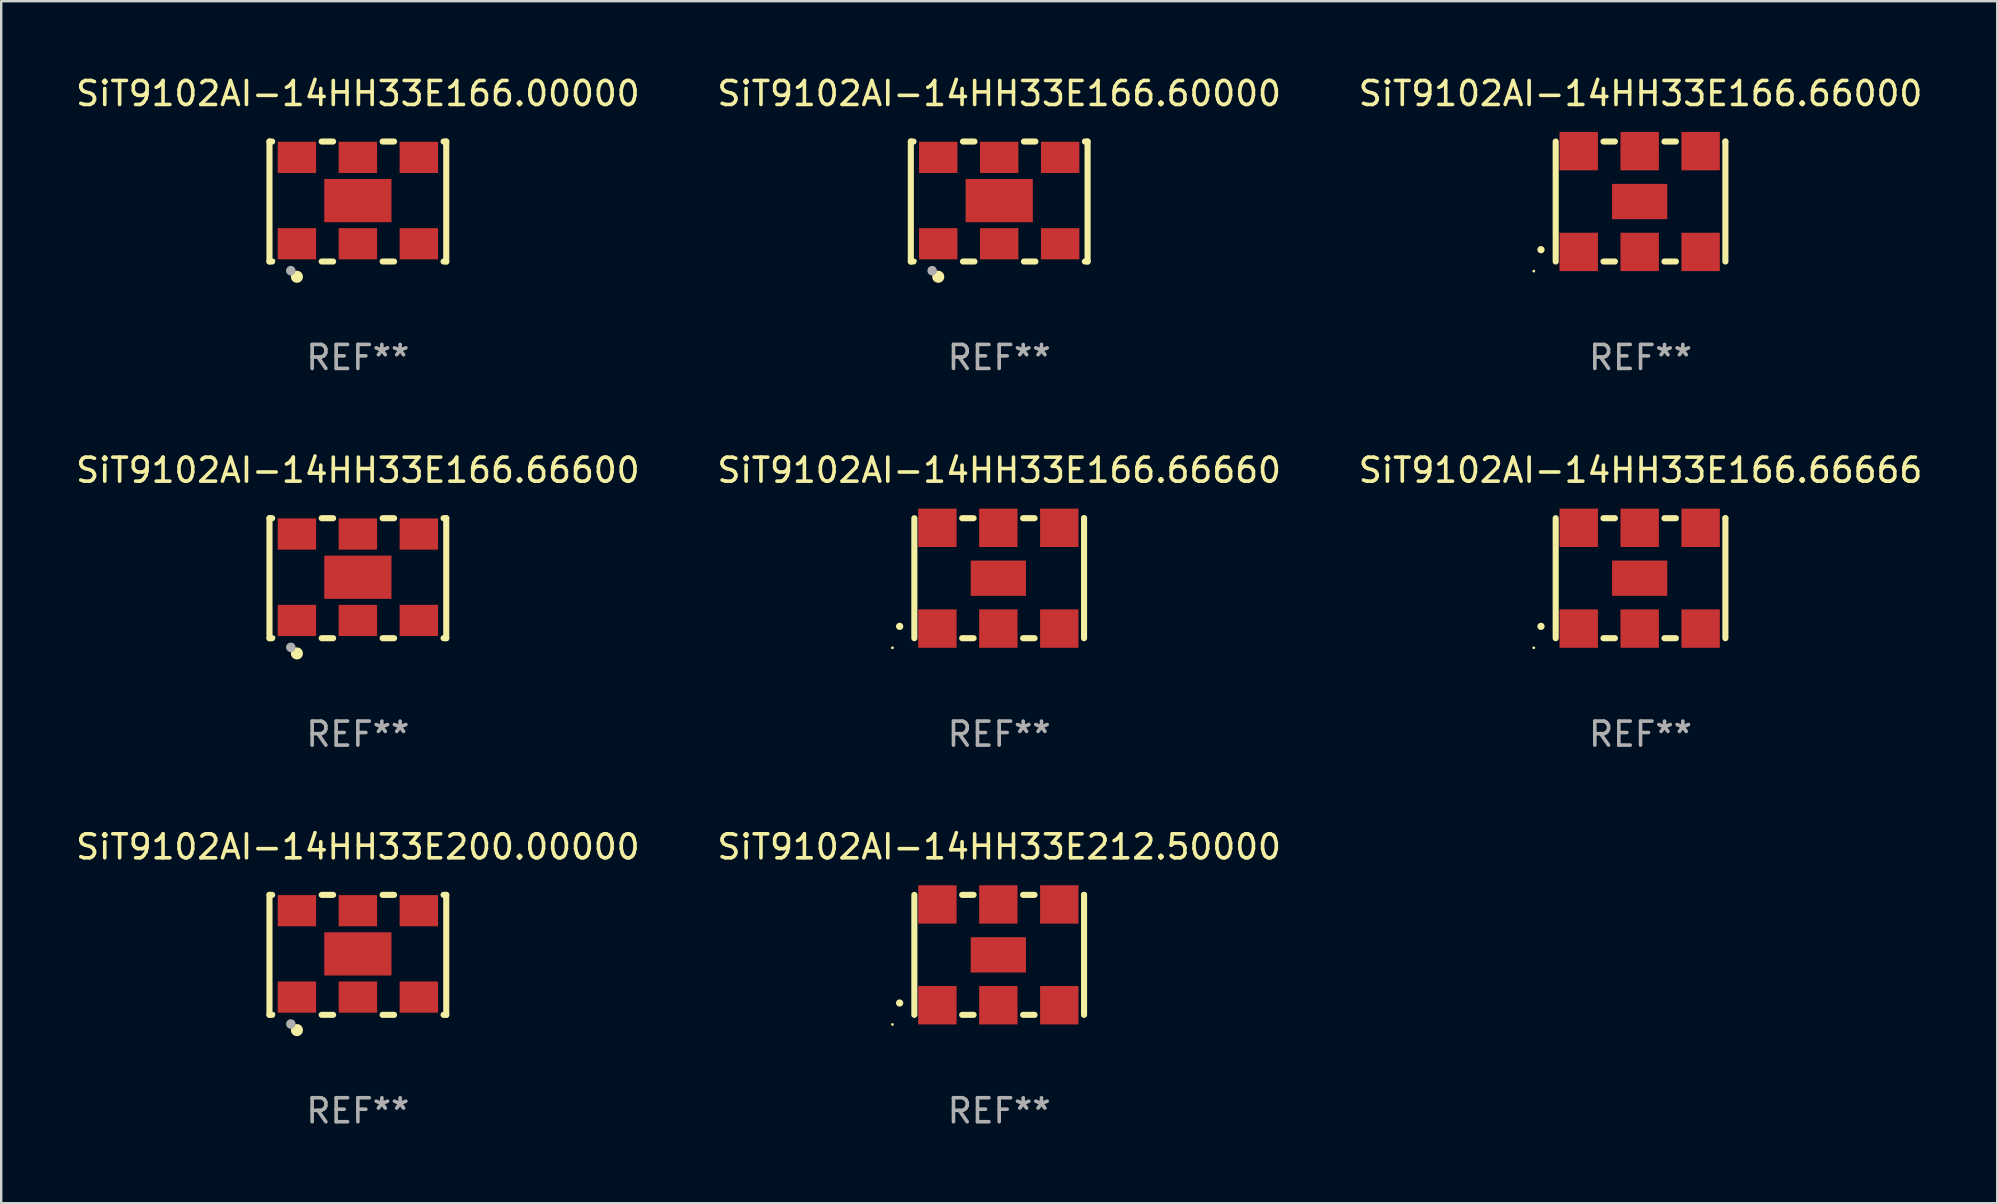
<source format=kicad_pcb>
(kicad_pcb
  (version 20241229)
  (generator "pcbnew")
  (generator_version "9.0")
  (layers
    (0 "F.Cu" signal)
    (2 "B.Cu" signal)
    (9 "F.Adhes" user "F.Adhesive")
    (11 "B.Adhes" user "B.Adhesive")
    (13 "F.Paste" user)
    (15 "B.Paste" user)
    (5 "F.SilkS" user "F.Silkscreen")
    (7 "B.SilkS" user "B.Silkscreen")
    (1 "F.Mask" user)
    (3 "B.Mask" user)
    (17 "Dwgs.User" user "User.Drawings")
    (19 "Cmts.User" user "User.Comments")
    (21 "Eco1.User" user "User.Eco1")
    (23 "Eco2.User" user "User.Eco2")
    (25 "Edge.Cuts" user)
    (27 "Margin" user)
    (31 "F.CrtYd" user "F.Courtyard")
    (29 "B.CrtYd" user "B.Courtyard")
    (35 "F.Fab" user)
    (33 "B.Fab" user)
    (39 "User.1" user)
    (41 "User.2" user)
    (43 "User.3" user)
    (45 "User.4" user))
  (footprint "SiT9102AI-14HH33E166.00000"
    (layer "F.Cu")
    (at 11.863 5.348)
    (property "Reference" "SiT9102AI-14HH33E166.00000" (at 0 -4.5 0) (layer "F.SilkS") (effects (font (size 1 1) (thickness 0.15))))
    (attr through_hole)
    (fp_line (start -3.683 -2.5) (end -3.571 -2.5) (stroke (width 0.254) (type solid)) (layer "F.SilkS"))
    (fp_line (start -3.683 2.5) (end -3.683 -2.5) (stroke (width 0.254) (type solid)) (layer "F.SilkS"))
    (fp_line (start -3.683 2.5) (end -3.571 2.5) (stroke (width 0.254) (type solid)) (layer "F.SilkS"))
    (fp_line (start -1.509 -2.5) (end -1.031 -2.5) (stroke (width 0.254) (type solid)) (layer "F.SilkS"))
    (fp_line (start -1.509 2.5) (end -1.031 2.5) (stroke (width 0.254) (type solid)) (layer "F.SilkS"))
    (fp_line (start 1.031 -2.5) (end 1.509 -2.5) (stroke (width 0.254) (type solid)) (layer "F.SilkS"))
    (fp_line (start 1.031 2.5) (end 1.509 2.5) (stroke (width 0.254) (type solid)) (layer "F.SilkS"))
    (fp_line (start 3.571 -2.5) (end 3.683 -2.5) (stroke (width 0.254) (type solid)) (layer "F.SilkS"))
    (fp_line (start 3.571 2.5) (end 3.683 2.5) (stroke (width 0.254) (type solid)) (layer "F.SilkS"))
    (fp_line (start 3.683 2.5) (end 3.683 -2.5) (stroke (width 0.254) (type solid)) (layer "F.SilkS"))
    (fp_circle (center -3.5 2.46) (end -3.47 2.46) (stroke (width 0.06) (type solid)) (fill no) (layer "F.SilkS"))
    (fp_circle (center -2.54 3.135) (end -2.413 3.135) (stroke (width 0.254) (type solid)) (fill no) (layer "F.SilkS"))
    (fp_circle (center -2.794 2.881) (end -2.694 2.881) (stroke (width 0.2) (type solid)) (fill no) (layer "F.Fab"))
    (fp_text user "REF**" (at 0 6.5 0) (layer "F.Fab") (effects (font (size 1 1) (thickness 0.15))))
    (pad "1" smd rect (at -2.54 1.76) (size 1.6 1.3) (layers "F.Cu" "F.Mask" "F.Paste"))
    (pad "2" smd rect (at 0 1.76) (size 1.6 1.3) (layers "F.Cu" "F.Mask" "F.Paste"))
    (pad "3" smd rect (at 2.54 1.76) (size 1.6 1.3) (layers "F.Cu" "F.Mask" "F.Paste"))
    (pad "4" smd rect (at 2.54 -1.84) (size 1.6 1.3) (layers "F.Cu" "F.Mask" "F.Paste"))
    (pad "5" smd rect (at 0 -1.84) (size 1.6 1.3) (layers "F.Cu" "F.Mask" "F.Paste"))
    (pad "6" smd rect (at -2.54 -1.84) (size 1.6 1.3) (layers "F.Cu" "F.Mask" "F.Paste"))
    (pad "7" smd rect (at 0 -0.04) (size 2.8 1.8) (layers "F.Cu" "F.Mask" "F.Paste")))
  (footprint "SiT9102AI-14HH33E200.00000"
    (layer "F.Cu")
    (at 11.863 36.741)
    (property "Reference" "SiT9102AI-14HH33E200.00000" (at 0 -4.5 0) (layer "F.SilkS") (effects (font (size 1 1) (thickness 0.15))))
    (attr through_hole)
    (fp_line (start -3.683 -2.5) (end -3.571 -2.5) (stroke (width 0.254) (type solid)) (layer "F.SilkS"))
    (fp_line (start -3.683 2.5) (end -3.683 -2.5) (stroke (width 0.254) (type solid)) (layer "F.SilkS"))
    (fp_line (start -3.683 2.5) (end -3.571 2.5) (stroke (width 0.254) (type solid)) (layer "F.SilkS"))
    (fp_line (start -1.509 -2.5) (end -1.031 -2.5) (stroke (width 0.254) (type solid)) (layer "F.SilkS"))
    (fp_line (start -1.509 2.5) (end -1.031 2.5) (stroke (width 0.254) (type solid)) (layer "F.SilkS"))
    (fp_line (start 1.031 -2.5) (end 1.509 -2.5) (stroke (width 0.254) (type solid)) (layer "F.SilkS"))
    (fp_line (start 1.031 2.5) (end 1.509 2.5) (stroke (width 0.254) (type solid)) (layer "F.SilkS"))
    (fp_line (start 3.571 -2.5) (end 3.683 -2.5) (stroke (width 0.254) (type solid)) (layer "F.SilkS"))
    (fp_line (start 3.571 2.5) (end 3.683 2.5) (stroke (width 0.254) (type solid)) (layer "F.SilkS"))
    (fp_line (start 3.683 2.5) (end 3.683 -2.5) (stroke (width 0.254) (type solid)) (layer "F.SilkS"))
    (fp_circle (center -3.5 2.46) (end -3.47 2.46) (stroke (width 0.06) (type solid)) (fill no) (layer "F.SilkS"))
    (fp_circle (center -2.54 3.135) (end -2.413 3.135) (stroke (width 0.254) (type solid)) (fill no) (layer "F.SilkS"))
    (fp_circle (center -2.794 2.881) (end -2.694 2.881) (stroke (width 0.2) (type solid)) (fill no) (layer "F.Fab"))
    (fp_text user "REF**" (at 0 6.5 0) (layer "F.Fab") (effects (font (size 1 1) (thickness 0.15))))
    (pad "1" smd rect (at -2.54 1.76) (size 1.6 1.3) (layers "F.Cu" "F.Mask" "F.Paste"))
    (pad "2" smd rect (at 0 1.76) (size 1.6 1.3) (layers "F.Cu" "F.Mask" "F.Paste"))
    (pad "3" smd rect (at 2.54 1.76) (size 1.6 1.3) (layers "F.Cu" "F.Mask" "F.Paste"))
    (pad "4" smd rect (at 2.54 -1.84) (size 1.6 1.3) (layers "F.Cu" "F.Mask" "F.Paste"))
    (pad "5" smd rect (at 0 -1.84) (size 1.6 1.3) (layers "F.Cu" "F.Mask" "F.Paste"))
    (pad "6" smd rect (at -2.54 -1.84) (size 1.6 1.3) (layers "F.Cu" "F.Mask" "F.Paste"))
    (pad "7" smd rect (at 0 -0.04) (size 2.8 1.8) (layers "F.Cu" "F.Mask" "F.Paste")))
  (footprint "SiT9102AI-14HH33E166.66000"
    (layer "F.Cu")
    (at 65.315 5.348)
    (property "Reference" "SiT9102AI-14HH33E166.66000" (at 0 -4.5 0) (layer "F.SilkS") (effects (font (size 1 1) (thickness 0.15))))
    (attr through_hole)
    (fp_line (start -3.536 -2.5) (end -3.536 2.5) (stroke (width 0.254) (type solid)) (layer "F.SilkS"))
    (fp_line (start -1.544 2.5) (end -1.067 2.5) (stroke (width 0.254) (type solid)) (layer "F.SilkS"))
    (fp_line (start -1.067 -2.5) (end -1.544 -2.5) (stroke (width 0.254) (type solid)) (layer "F.SilkS"))
    (fp_line (start 0.996 2.5) (end 1.473 2.5) (stroke (width 0.254) (type solid)) (layer "F.SilkS"))
    (fp_line (start 1.473 -2.5) (end 0.996 -2.5) (stroke (width 0.254) (type solid)) (layer "F.SilkS"))
    (fp_line (start 3.536 -2.5) (end 3.536 -2.5) (stroke (width 0.254) (type solid)) (layer "F.SilkS"))
    (fp_line (start 3.536 2.5) (end 3.536 -2.5) (stroke (width 0.254) (type solid)) (layer "F.SilkS"))
    (fp_arc (start -4.150432 2.006604) (mid -4.149162 2.006599) (end -4.147892 2.006604) (stroke (width 0.3) (type solid)) (layer "F.SilkS"))
    (fp_circle (center -4.449 2.9) (end -4.419 2.9) (stroke (width 0.06) (type solid)) (fill no) (layer "F.SilkS"))
    (fp_text user "REF**" (at 0 6.5 0) (layer "F.Fab") (effects (font (size 1 1) (thickness 0.15))))
    (pad "1" smd rect (at -2.576 2.1) (size 1.6 1.6) (layers "F.Cu" "F.Mask" "F.Paste"))
    (pad "2" smd rect (at -0.036 2.1) (size 1.6 1.6) (layers "F.Cu" "F.Mask" "F.Paste"))
    (pad "3" smd rect (at 2.504 2.1) (size 1.6 1.6) (layers "F.Cu" "F.Mask" "F.Paste"))
    (pad "4" smd rect (at 2.504 -2.1) (size 1.6 1.6) (layers "F.Cu" "F.Mask" "F.Paste"))
    (pad "5" smd rect (at -0.036 -2.1) (size 1.6 1.6) (layers "F.Cu" "F.Mask" "F.Paste"))
    (pad "6" smd rect (at -2.576 -2.1) (size 1.6 1.6) (layers "F.Cu" "F.Mask" "F.Paste"))
    (pad "7" smd rect (at -0.036 0) (size 2.3 1.47) (layers "F.Cu" "F.Mask" "F.Paste")))
  (footprint "SiT9102AI-14HH33E166.60000"
    (layer "F.Cu")
    (at 38.589 5.348)
    (property "Reference" "SiT9102AI-14HH33E166.60000" (at 0 -4.5 0) (layer "F.SilkS") (effects (font (size 1 1) (thickness 0.15))))
    (attr through_hole)
    (fp_line (start -3.683 -2.5) (end -3.571 -2.5) (stroke (width 0.254) (type solid)) (layer "F.SilkS"))
    (fp_line (start -3.683 2.5) (end -3.683 -2.5) (stroke (width 0.254) (type solid)) (layer "F.SilkS"))
    (fp_line (start -3.683 2.5) (end -3.571 2.5) (stroke (width 0.254) (type solid)) (layer "F.SilkS"))
    (fp_line (start -1.509 -2.5) (end -1.031 -2.5) (stroke (width 0.254) (type solid)) (layer "F.SilkS"))
    (fp_line (start -1.509 2.5) (end -1.031 2.5) (stroke (width 0.254) (type solid)) (layer "F.SilkS"))
    (fp_line (start 1.031 -2.5) (end 1.509 -2.5) (stroke (width 0.254) (type solid)) (layer "F.SilkS"))
    (fp_line (start 1.031 2.5) (end 1.509 2.5) (stroke (width 0.254) (type solid)) (layer "F.SilkS"))
    (fp_line (start 3.571 -2.5) (end 3.683 -2.5) (stroke (width 0.254) (type solid)) (layer "F.SilkS"))
    (fp_line (start 3.571 2.5) (end 3.683 2.5) (stroke (width 0.254) (type solid)) (layer "F.SilkS"))
    (fp_line (start 3.683 2.5) (end 3.683 -2.5) (stroke (width 0.254) (type solid)) (layer "F.SilkS"))
    (fp_circle (center -3.5 2.46) (end -3.47 2.46) (stroke (width 0.06) (type solid)) (fill no) (layer "F.SilkS"))
    (fp_circle (center -2.54 3.135) (end -2.413 3.135) (stroke (width 0.254) (type solid)) (fill no) (layer "F.SilkS"))
    (fp_circle (center -2.794 2.881) (end -2.694 2.881) (stroke (width 0.2) (type solid)) (fill no) (layer "F.Fab"))
    (fp_text user "REF**" (at 0 6.5 0) (layer "F.Fab") (effects (font (size 1 1) (thickness 0.15))))
    (pad "1" smd rect (at -2.54 1.76) (size 1.6 1.3) (layers "F.Cu" "F.Mask" "F.Paste"))
    (pad "2" smd rect (at 0 1.76) (size 1.6 1.3) (layers "F.Cu" "F.Mask" "F.Paste"))
    (pad "3" smd rect (at 2.54 1.76) (size 1.6 1.3) (layers "F.Cu" "F.Mask" "F.Paste"))
    (pad "4" smd rect (at 2.54 -1.84) (size 1.6 1.3) (layers "F.Cu" "F.Mask" "F.Paste"))
    (pad "5" smd rect (at 0 -1.84) (size 1.6 1.3) (layers "F.Cu" "F.Mask" "F.Paste"))
    (pad "6" smd rect (at -2.54 -1.84) (size 1.6 1.3) (layers "F.Cu" "F.Mask" "F.Paste"))
    (pad "7" smd rect (at 0 -0.04) (size 2.8 1.8) (layers "F.Cu" "F.Mask" "F.Paste")))
  (footprint "SiT9102AI-14HH33E166.66660"
    (layer "F.Cu")
    (at 38.589 21.045)
    (property "Reference" "SiT9102AI-14HH33E166.66660" (at 0 -4.5 0) (layer "F.SilkS") (effects (font (size 1 1) (thickness 0.15))))
    (attr through_hole)
    (fp_line (start -3.536 -2.5) (end -3.536 2.5) (stroke (width 0.254) (type solid)) (layer "F.SilkS"))
    (fp_line (start -1.544 2.5) (end -1.067 2.5) (stroke (width 0.254) (type solid)) (layer "F.SilkS"))
    (fp_line (start -1.067 -2.5) (end -1.544 -2.5) (stroke (width 0.254) (type solid)) (layer "F.SilkS"))
    (fp_line (start 0.996 2.5) (end 1.473 2.5) (stroke (width 0.254) (type solid)) (layer "F.SilkS"))
    (fp_line (start 1.473 -2.5) (end 0.996 -2.5) (stroke (width 0.254) (type solid)) (layer "F.SilkS"))
    (fp_line (start 3.536 -2.5) (end 3.536 -2.5) (stroke (width 0.254) (type solid)) (layer "F.SilkS"))
    (fp_line (start 3.536 2.5) (end 3.536 -2.5) (stroke (width 0.254) (type solid)) (layer "F.SilkS"))
    (fp_arc (start -4.150432 2.006604) (mid -4.149162 2.006599) (end -4.147892 2.006604) (stroke (width 0.3) (type solid)) (layer "F.SilkS"))
    (fp_circle (center -4.449 2.9) (end -4.419 2.9) (stroke (width 0.06) (type solid)) (fill no) (layer "F.SilkS"))
    (fp_text user "REF**" (at 0 6.5 0) (layer "F.Fab") (effects (font (size 1 1) (thickness 0.15))))
    (pad "1" smd rect (at -2.576 2.1) (size 1.6 1.6) (layers "F.Cu" "F.Mask" "F.Paste"))
    (pad "2" smd rect (at -0.036 2.1) (size 1.6 1.6) (layers "F.Cu" "F.Mask" "F.Paste"))
    (pad "3" smd rect (at 2.504 2.1) (size 1.6 1.6) (layers "F.Cu" "F.Mask" "F.Paste"))
    (pad "4" smd rect (at 2.504 -2.1) (size 1.6 1.6) (layers "F.Cu" "F.Mask" "F.Paste"))
    (pad "5" smd rect (at -0.036 -2.1) (size 1.6 1.6) (layers "F.Cu" "F.Mask" "F.Paste"))
    (pad "6" smd rect (at -2.576 -2.1) (size 1.6 1.6) (layers "F.Cu" "F.Mask" "F.Paste"))
    (pad "7" smd rect (at -0.036 0) (size 2.3 1.47) (layers "F.Cu" "F.Mask" "F.Paste")))
  (footprint "SiT9102AI-14HH33E212.50000"
    (layer "F.Cu")
    (at 38.589 36.741)
    (property "Reference" "SiT9102AI-14HH33E212.50000" (at 0 -4.5 0) (layer "F.SilkS") (effects (font (size 1 1) (thickness 0.15))))
    (attr through_hole)
    (fp_line (start -3.536 -2.5) (end -3.536 2.5) (stroke (width 0.254) (type solid)) (layer "F.SilkS"))
    (fp_line (start -1.544 2.5) (end -1.067 2.5) (stroke (width 0.254) (type solid)) (layer "F.SilkS"))
    (fp_line (start -1.067 -2.5) (end -1.544 -2.5) (stroke (width 0.254) (type solid)) (layer "F.SilkS"))
    (fp_line (start 0.996 2.5) (end 1.473 2.5) (stroke (width 0.254) (type solid)) (layer "F.SilkS"))
    (fp_line (start 1.473 -2.5) (end 0.996 -2.5) (stroke (width 0.254) (type solid)) (layer "F.SilkS"))
    (fp_line (start 3.536 -2.5) (end 3.536 -2.5) (stroke (width 0.254) (type solid)) (layer "F.SilkS"))
    (fp_line (start 3.536 2.5) (end 3.536 -2.5) (stroke (width 0.254) (type solid)) (layer "F.SilkS"))
    (fp_arc (start -4.150432 2.006604) (mid -4.149162 2.006599) (end -4.147892 2.006604) (stroke (width 0.3) (type solid)) (layer "F.SilkS"))
    (fp_circle (center -4.449 2.9) (end -4.419 2.9) (stroke (width 0.06) (type solid)) (fill no) (layer "F.SilkS"))
    (fp_text user "REF**" (at 0 6.5 0) (layer "F.Fab") (effects (font (size 1 1) (thickness 0.15))))
    (pad "1" smd rect (at -2.576 2.1) (size 1.6 1.6) (layers "F.Cu" "F.Mask" "F.Paste"))
    (pad "2" smd rect (at -0.036 2.1) (size 1.6 1.6) (layers "F.Cu" "F.Mask" "F.Paste"))
    (pad "3" smd rect (at 2.504 2.1) (size 1.6 1.6) (layers "F.Cu" "F.Mask" "F.Paste"))
    (pad "4" smd rect (at 2.504 -2.1) (size 1.6 1.6) (layers "F.Cu" "F.Mask" "F.Paste"))
    (pad "5" smd rect (at -0.036 -2.1) (size 1.6 1.6) (layers "F.Cu" "F.Mask" "F.Paste"))
    (pad "6" smd rect (at -2.576 -2.1) (size 1.6 1.6) (layers "F.Cu" "F.Mask" "F.Paste"))
    (pad "7" smd rect (at -0.036 0) (size 2.3 1.47) (layers "F.Cu" "F.Mask" "F.Paste")))
  (footprint "SiT9102AI-14HH33E166.66666"
    (layer "F.Cu")
    (at 65.315 21.045)
    (property "Reference" "SiT9102AI-14HH33E166.66666" (at 0 -4.5 0) (layer "F.SilkS") (effects (font (size 1 1) (thickness 0.15))))
    (attr through_hole)
    (fp_line (start -3.536 -2.5) (end -3.536 2.5) (stroke (width 0.254) (type solid)) (layer "F.SilkS"))
    (fp_line (start -1.544 2.5) (end -1.067 2.5) (stroke (width 0.254) (type solid)) (layer "F.SilkS"))
    (fp_line (start -1.067 -2.5) (end -1.544 -2.5) (stroke (width 0.254) (type solid)) (layer "F.SilkS"))
    (fp_line (start 0.996 2.5) (end 1.473 2.5) (stroke (width 0.254) (type solid)) (layer "F.SilkS"))
    (fp_line (start 1.473 -2.5) (end 0.996 -2.5) (stroke (width 0.254) (type solid)) (layer "F.SilkS"))
    (fp_line (start 3.536 -2.5) (end 3.536 -2.5) (stroke (width 0.254) (type solid)) (layer "F.SilkS"))
    (fp_line (start 3.536 2.5) (end 3.536 -2.5) (stroke (width 0.254) (type solid)) (layer "F.SilkS"))
    (fp_arc (start -4.150432 2.006604) (mid -4.149162 2.006599) (end -4.147892 2.006604) (stroke (width 0.3) (type solid)) (layer "F.SilkS"))
    (fp_circle (center -4.449 2.9) (end -4.419 2.9) (stroke (width 0.06) (type solid)) (fill no) (layer "F.SilkS"))
    (fp_text user "REF**" (at 0 6.5 0) (layer "F.Fab") (effects (font (size 1 1) (thickness 0.15))))
    (pad "1" smd rect (at -2.576 2.1) (size 1.6 1.6) (layers "F.Cu" "F.Mask" "F.Paste"))
    (pad "2" smd rect (at -0.036 2.1) (size 1.6 1.6) (layers "F.Cu" "F.Mask" "F.Paste"))
    (pad "3" smd rect (at 2.504 2.1) (size 1.6 1.6) (layers "F.Cu" "F.Mask" "F.Paste"))
    (pad "4" smd rect (at 2.504 -2.1) (size 1.6 1.6) (layers "F.Cu" "F.Mask" "F.Paste"))
    (pad "5" smd rect (at -0.036 -2.1) (size 1.6 1.6) (layers "F.Cu" "F.Mask" "F.Paste"))
    (pad "6" smd rect (at -2.576 -2.1) (size 1.6 1.6) (layers "F.Cu" "F.Mask" "F.Paste"))
    (pad "7" smd rect (at -0.036 0) (size 2.3 1.47) (layers "F.Cu" "F.Mask" "F.Paste")))
  (footprint "SiT9102AI-14HH33E166.66600"
    (layer "F.Cu")
    (at 11.863 21.045)
    (property "Reference" "SiT9102AI-14HH33E166.66600" (at 0 -4.5 0) (layer "F.SilkS") (effects (font (size 1 1) (thickness 0.15))))
    (attr through_hole)
    (fp_line (start -3.683 -2.5) (end -3.571 -2.5) (stroke (width 0.254) (type solid)) (layer "F.SilkS"))
    (fp_line (start -3.683 2.5) (end -3.683 -2.5) (stroke (width 0.254) (type solid)) (layer "F.SilkS"))
    (fp_line (start -3.683 2.5) (end -3.571 2.5) (stroke (width 0.254) (type solid)) (layer "F.SilkS"))
    (fp_line (start -1.509 -2.5) (end -1.031 -2.5) (stroke (width 0.254) (type solid)) (layer "F.SilkS"))
    (fp_line (start -1.509 2.5) (end -1.031 2.5) (stroke (width 0.254) (type solid)) (layer "F.SilkS"))
    (fp_line (start 1.031 -2.5) (end 1.509 -2.5) (stroke (width 0.254) (type solid)) (layer "F.SilkS"))
    (fp_line (start 1.031 2.5) (end 1.509 2.5) (stroke (width 0.254) (type solid)) (layer "F.SilkS"))
    (fp_line (start 3.571 -2.5) (end 3.683 -2.5) (stroke (width 0.254) (type solid)) (layer "F.SilkS"))
    (fp_line (start 3.571 2.5) (end 3.683 2.5) (stroke (width 0.254) (type solid)) (layer "F.SilkS"))
    (fp_line (start 3.683 2.5) (end 3.683 -2.5) (stroke (width 0.254) (type solid)) (layer "F.SilkS"))
    (fp_circle (center -3.5 2.46) (end -3.47 2.46) (stroke (width 0.06) (type solid)) (fill no) (layer "F.SilkS"))
    (fp_circle (center -2.54 3.135) (end -2.413 3.135) (stroke (width 0.254) (type solid)) (fill no) (layer "F.SilkS"))
    (fp_circle (center -2.794 2.881) (end -2.694 2.881) (stroke (width 0.2) (type solid)) (fill no) (layer "F.Fab"))
    (fp_text user "REF**" (at 0 6.5 0) (layer "F.Fab") (effects (font (size 1 1) (thickness 0.15))))
    (pad "1" smd rect (at -2.54 1.76) (size 1.6 1.3) (layers "F.Cu" "F.Mask" "F.Paste"))
    (pad "2" smd rect (at 0 1.76) (size 1.6 1.3) (layers "F.Cu" "F.Mask" "F.Paste"))
    (pad "3" smd rect (at 2.54 1.76) (size 1.6 1.3) (layers "F.Cu" "F.Mask" "F.Paste"))
    (pad "4" smd rect (at 2.54 -1.84) (size 1.6 1.3) (layers "F.Cu" "F.Mask" "F.Paste"))
    (pad "5" smd rect (at 0 -1.84) (size 1.6 1.3) (layers "F.Cu" "F.Mask" "F.Paste"))
    (pad "6" smd rect (at -2.54 -1.84) (size 1.6 1.3) (layers "F.Cu" "F.Mask" "F.Paste"))
    (pad "7" smd rect (at 0 -0.04) (size 2.8 1.8) (layers "F.Cu" "F.Mask" "F.Paste")))
  (gr_rect
    (start -3 -3)
    (end 80.179 47.09)
    (stroke (width 0.1) (type default))
    (fill no)
    (layer "Edge.Cuts")))
</source>
